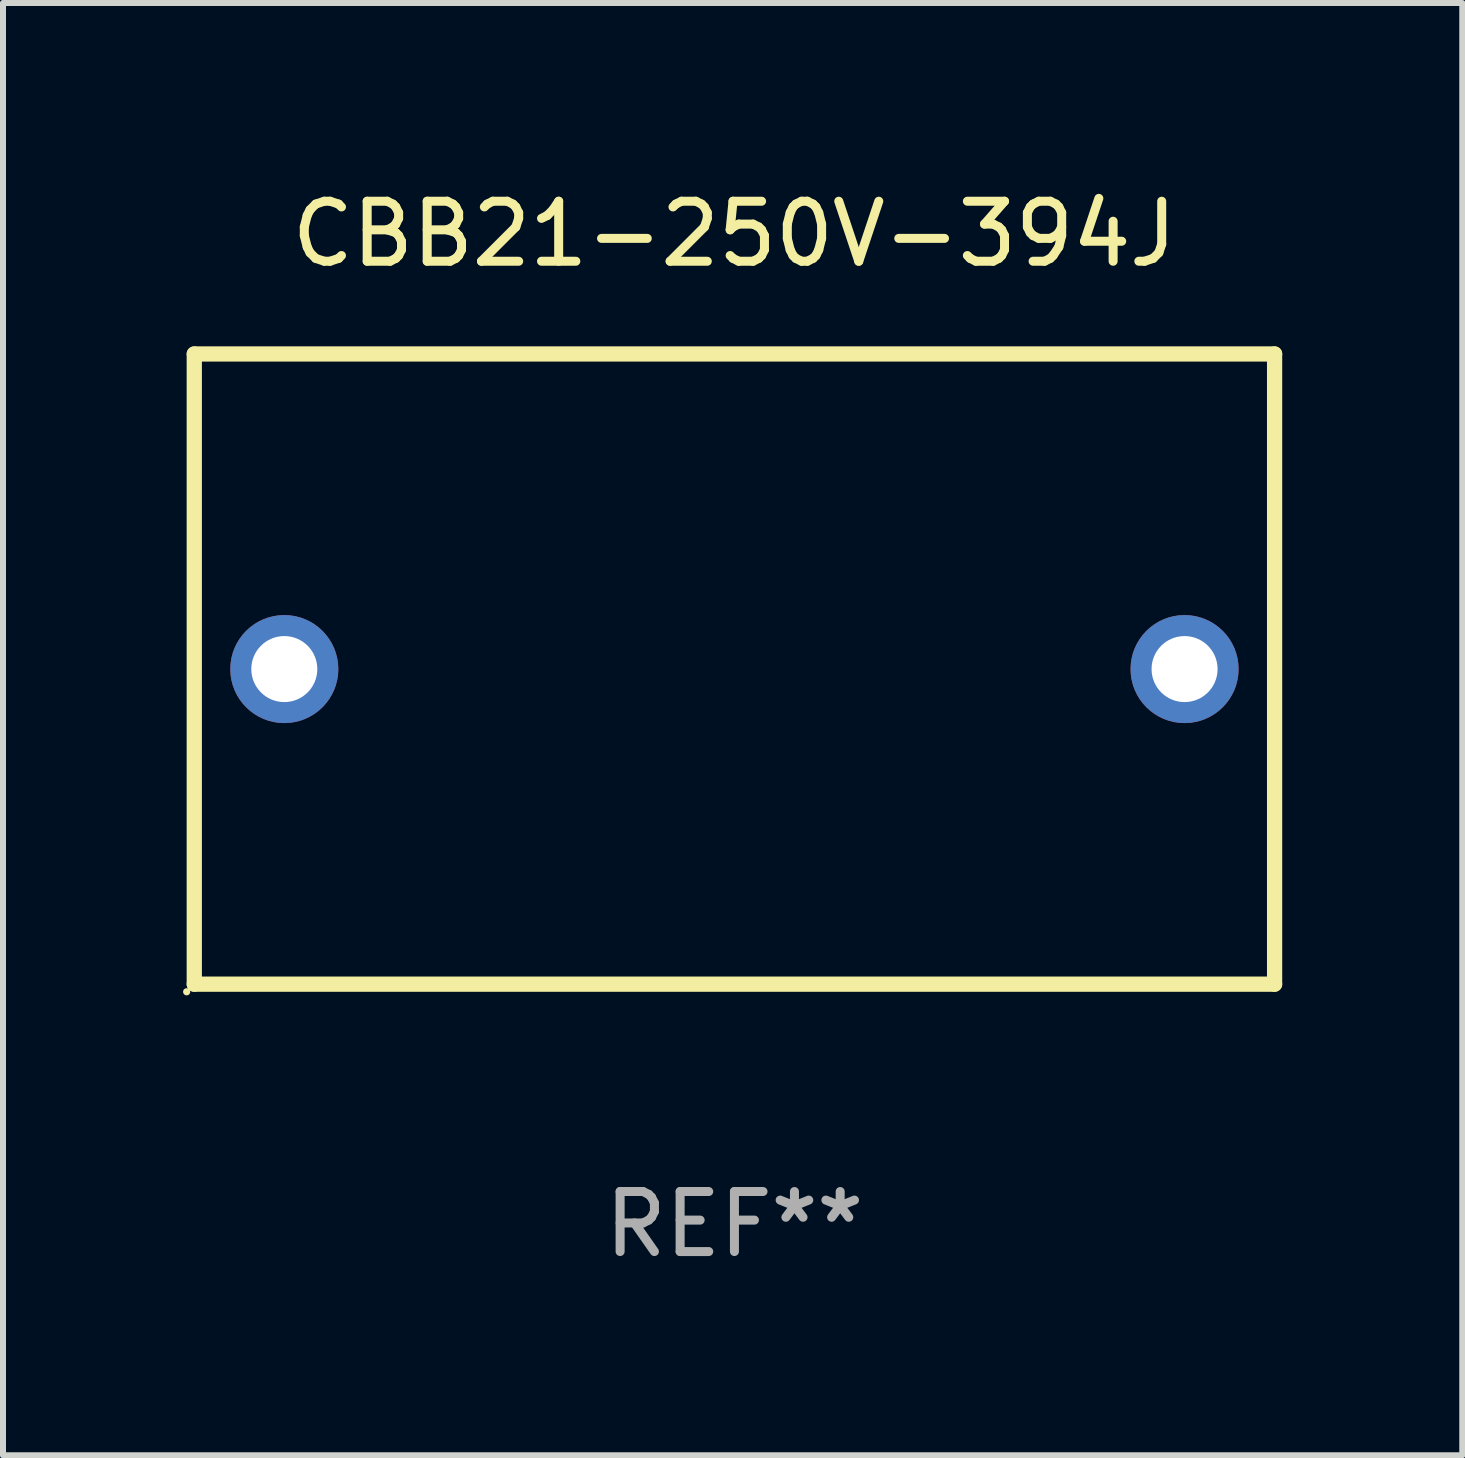
<source format=kicad_pcb>
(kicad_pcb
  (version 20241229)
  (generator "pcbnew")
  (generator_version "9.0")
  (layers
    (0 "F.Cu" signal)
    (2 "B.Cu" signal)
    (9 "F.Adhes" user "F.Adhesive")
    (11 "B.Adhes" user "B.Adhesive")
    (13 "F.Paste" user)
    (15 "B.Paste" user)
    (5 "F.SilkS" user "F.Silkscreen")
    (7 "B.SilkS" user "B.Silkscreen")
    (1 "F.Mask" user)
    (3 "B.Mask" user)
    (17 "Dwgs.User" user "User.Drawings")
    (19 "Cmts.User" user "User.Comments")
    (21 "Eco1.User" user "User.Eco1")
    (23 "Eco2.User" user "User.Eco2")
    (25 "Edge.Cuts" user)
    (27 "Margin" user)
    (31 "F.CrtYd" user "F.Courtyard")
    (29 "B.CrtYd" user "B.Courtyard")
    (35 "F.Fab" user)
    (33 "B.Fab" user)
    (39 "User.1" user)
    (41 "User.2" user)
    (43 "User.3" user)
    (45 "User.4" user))
  (footprint "CBB21-250V-394J"
    (layer "F.Cu")
    (at 9.187 8.098)
    (property "Reference" "CBB21-250V-394J" (at 0 -7.25 0) (layer "F.SilkS") (effects (font (size 1 1) (thickness 0.15))))
    (attr through_hole)
    (fp_line (start -9 -5.25) (end -9 5.25) (stroke (width 0.254) (type solid)) (layer "F.SilkS"))
    (fp_line (start -9 -5.25) (end 9 -5.25) (stroke (width 0.254) (type solid)) (layer "F.SilkS"))
    (fp_line (start 9 -5.25) (end 9 5.25) (stroke (width 0.254) (type solid)) (layer "F.SilkS"))
    (fp_line (start 9 5.25) (end -9 5.25) (stroke (width 0.254) (type solid)) (layer "F.SilkS"))
    (fp_circle (center -9.127 5.377) (end -9.097 5.377) (stroke (width 0.06) (type solid)) (fill no) (layer "F.SilkS"))
    (fp_text user "REF**" (at 0 9.25 0) (layer "F.Fab") (effects (font (size 1 1) (thickness 0.15))))
    (pad "1" thru_hole circle (at -7.5 0) (size 1.8 1.8) (drill 1.1) (layers "*.Cu" "*.Mask"))
    (pad "2" thru_hole circle (at 7.5 0) (size 1.8 1.8) (drill 1.1) (layers "*.Cu" "*.Mask")))
  (gr_rect
    (start -3 -3)
    (end 21.314 21.197)
    (stroke (width 0.1) (type default))
    (fill no)
    (layer "Edge.Cuts")))
</source>
